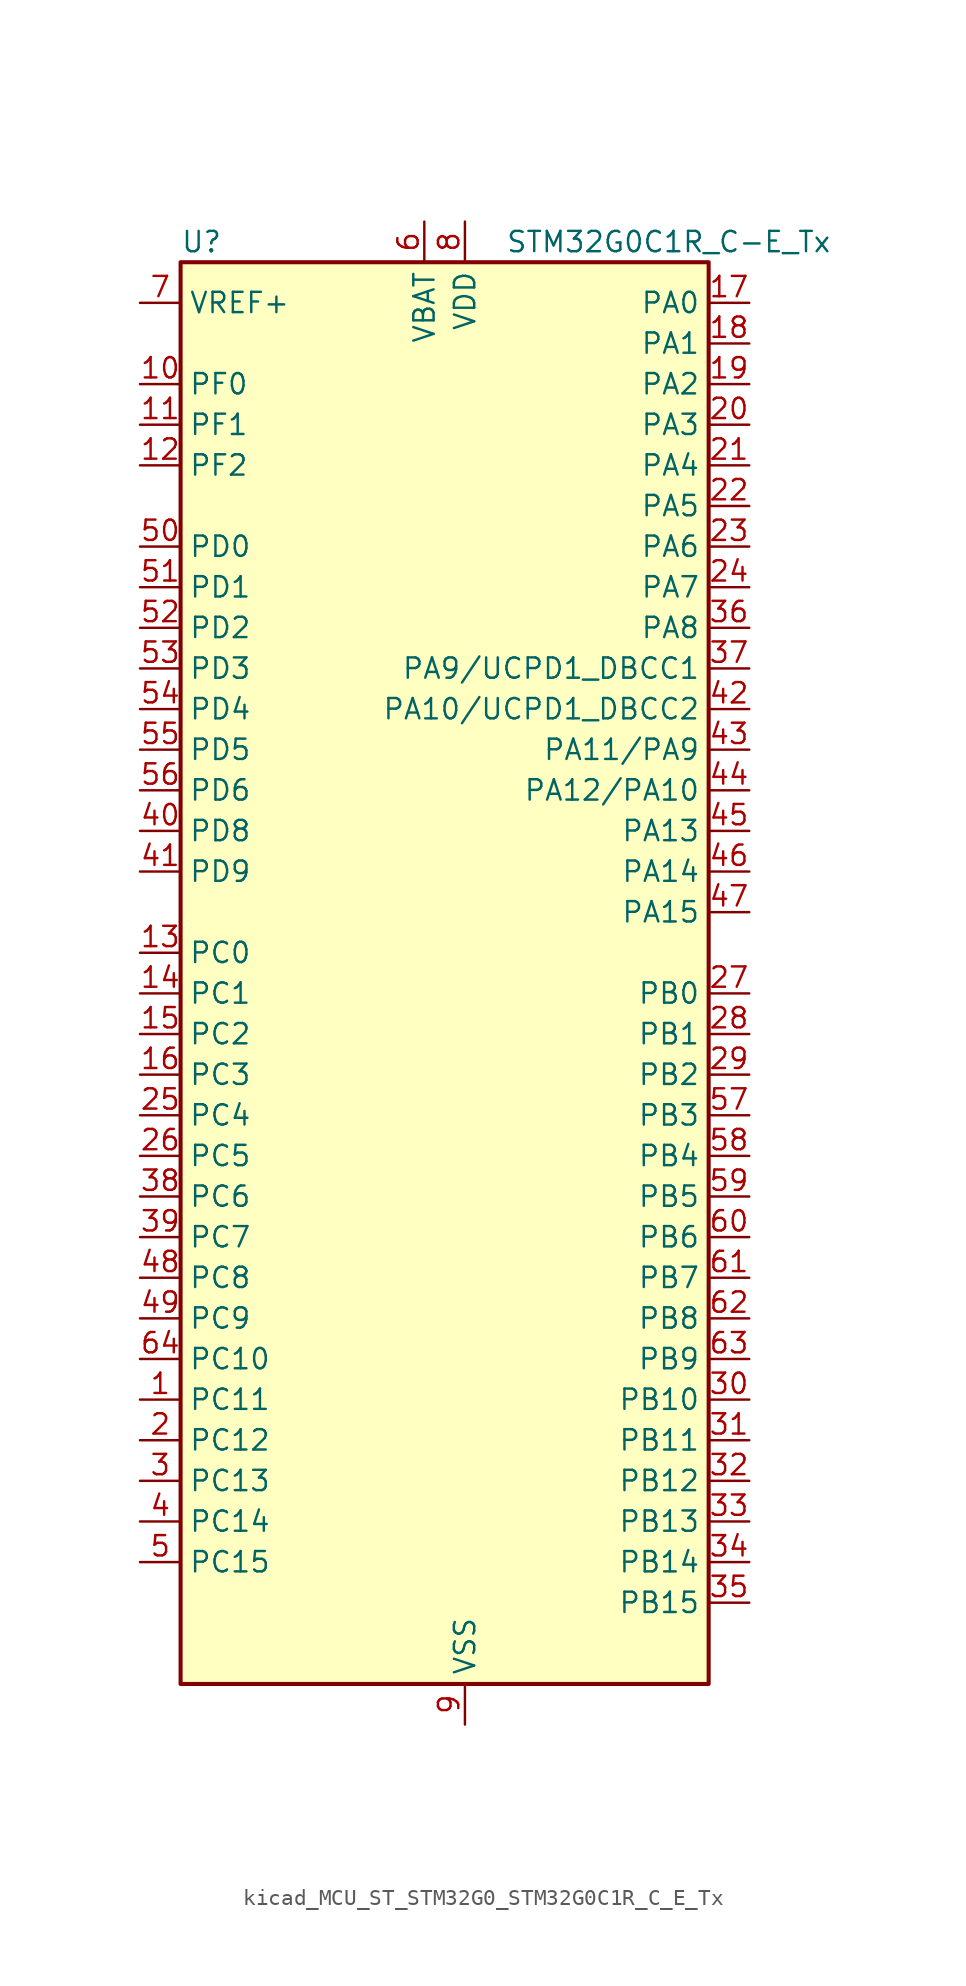
<source format=kicad_sym>
(kicad_symbol_lib
  (version 20220914)
  (generator kicad_symbol_editor)
  (symbol "kicad_MCU_ST_STM32G0_STM32G0C1R_C_E_Tx"
    (property "Reference" "U"
      (at -15.24 46.99 0)
      (effects (font (size 1.27 1.27)) (justify left)))
    (property "Value" "STM32G0C1R_C-E_Tx"
      (at 5.08 46.99 0)
      (effects (font (size 1.27 1.27)) (justify left)))
    (property "ki_locked" ""
      (at 0 0 0)
      (effects (font (size 1.27 1.27))))
    (symbol "kicad_MCU_ST_STM32G0_STM32G0C1R_C_E_Tx_0_1"
      (rectangle (start -15.24 -43.18) (end 17.78 45.72) (stroke (width 0.254) (type default)) (fill (type background))))
    (symbol "kicad_MCU_ST_STM32G0_STM32G0C1R_C_E_Tx_1_1"
      (pin bidirectional line (at -17.78 -25.4 0) (length 2.54) (name "PC11" (effects (font (size 1.27 1.27)))) (number "1" (effects (font (size 1.27 1.27)))) (alternate "ADC1_EXTI11" bidirectional line) (alternate "SPI3_MISO" bidirectional line) (alternate "TIM1_CH4" bidirectional line) (alternate "USART3_RX" bidirectional line) (alternate "USART4_RX" bidirectional line))
      (pin bidirectional line (at -17.78 38.1 0) (length 2.54) (name "PF0" (effects (font (size 1.27 1.27)))) (number "10" (effects (font (size 1.27 1.27)))) (alternate "CRS1_SYNC" bidirectional line) (alternate "RCC_OSC_IN" bidirectional line) (alternate "TIM14_CH1" bidirectional line))
      (pin bidirectional line (at -17.78 35.56 0) (length 2.54) (name "PF1" (effects (font (size 1.27 1.27)))) (number "11" (effects (font (size 1.27 1.27)))) (alternate "RCC_OSC_EN" bidirectional line) (alternate "RCC_OSC_OUT" bidirectional line) (alternate "TIM15_CH1N" bidirectional line))
      (pin bidirectional line (at -17.78 33.02 0) (length 2.54) (name "PF2" (effects (font (size 1.27 1.27)))) (number "12" (effects (font (size 1.27 1.27)))) (alternate "LPUART2_DE" bidirectional line) (alternate "LPUART2_RTS" bidirectional line) (alternate "LPUART2_TX" bidirectional line) (alternate "RCC_MCO" bidirectional line))
      (pin bidirectional line (at -17.78 2.54 0) (length 2.54) (name "PC0" (effects (font (size 1.27 1.27)))) (number "13" (effects (font (size 1.27 1.27)))) (alternate "COMP3_INM" bidirectional line) (alternate "COMP3_OUT" bidirectional line) (alternate "I2C3_SCL" bidirectional line) (alternate "LPTIM1_IN1" bidirectional line) (alternate "LPTIM2_IN1" bidirectional line) (alternate "LPUART1_RX" bidirectional line) (alternate "LPUART2_TX" bidirectional line) (alternate "USART6_TX" bidirectional line))
      (pin bidirectional line (at -17.78 0 0) (length 2.54) (name "PC1" (effects (font (size 1.27 1.27)))) (number "14" (effects (font (size 1.27 1.27)))) (alternate "COMP3_INP" bidirectional line) (alternate "I2C3_SDA" bidirectional line) (alternate "LPTIM1_OUT" bidirectional line) (alternate "LPUART1_TX" bidirectional line) (alternate "LPUART2_RX" bidirectional line) (alternate "TIM15_CH1" bidirectional line) (alternate "USART6_RX" bidirectional line))
      (pin bidirectional line (at -17.78 -2.54 0) (length 2.54) (name "PC2" (effects (font (size 1.27 1.27)))) (number "15" (effects (font (size 1.27 1.27)))) (alternate "COMP3_OUT" bidirectional line) (alternate "FDCAN2_RX" bidirectional line) (alternate "I2S2_MCK" bidirectional line) (alternate "LPTIM1_IN2" bidirectional line) (alternate "SPI2_MISO" bidirectional line) (alternate "TIM15_CH2" bidirectional line))
      (pin bidirectional line (at -17.78 -5.08 0) (length 2.54) (name "PC3" (effects (font (size 1.27 1.27)))) (number "16" (effects (font (size 1.27 1.27)))) (alternate "FDCAN2_TX" bidirectional line) (alternate "I2S2_SD" bidirectional line) (alternate "LPTIM1_ETR" bidirectional line) (alternate "LPTIM2_ETR" bidirectional line) (alternate "SPI2_MOSI" bidirectional line))
      (pin bidirectional line (at 20.32 43.18 180) (length 2.54) (name "PA0" (effects (font (size 1.27 1.27)))) (number "17" (effects (font (size 1.27 1.27)))) (alternate "ADC1_IN0" bidirectional line) (alternate "COMP1_INM" bidirectional line) (alternate "COMP1_OUT" bidirectional line) (alternate "I2S2_CK" bidirectional line) (alternate "LPTIM1_OUT" bidirectional line) (alternate "RTC_TAMP_IN2" bidirectional line) (alternate "SPI2_SCK" bidirectional line) (alternate "SYS_WKUP1" bidirectional line) (alternate "TIM2_CH1" bidirectional line) (alternate "TIM2_ETR" bidirectional line) (alternate "UCPD2_FRSTX1" bidirectional line) (alternate "UCPD2_FRSTX2" bidirectional line) (alternate "USART2_CTS" bidirectional line) (alternate "USART2_NSS" bidirectional line) (alternate "USART4_TX" bidirectional line))
      (pin bidirectional line (at 20.32 40.64 180) (length 2.54) (name "PA1" (effects (font (size 1.27 1.27)))) (number "18" (effects (font (size 1.27 1.27)))) (alternate "ADC1_IN1" bidirectional line) (alternate "COMP1_INP" bidirectional line) (alternate "I2C1_SMBA" bidirectional line) (alternate "I2S1_CK" bidirectional line) (alternate "SPI1_SCK" bidirectional line) (alternate "TIM15_CH1N" bidirectional line) (alternate "TIM2_CH2" bidirectional line) (alternate "USART2_CK" bidirectional line) (alternate "USART2_DE" bidirectional line) (alternate "USART2_RTS" bidirectional line) (alternate "USART4_RX" bidirectional line))
      (pin bidirectional line (at 20.32 38.1 180) (length 2.54) (name "PA2" (effects (font (size 1.27 1.27)))) (number "19" (effects (font (size 1.27 1.27)))) (alternate "ADC1_IN2" bidirectional line) (alternate "COMP2_INM" bidirectional line) (alternate "COMP2_OUT" bidirectional line) (alternate "I2S1_SD" bidirectional line) (alternate "LPUART1_TX" bidirectional line) (alternate "RCC_LSCO" bidirectional line) (alternate "SPI1_MOSI" bidirectional line) (alternate "SYS_WKUP4" bidirectional line) (alternate "TIM15_CH1" bidirectional line) (alternate "TIM2_CH3" bidirectional line) (alternate "UCPD1_FRSTX1" bidirectional line) (alternate "UCPD1_FRSTX2" bidirectional line) (alternate "USART2_TX" bidirectional line))
      (pin bidirectional line (at -17.78 -27.94 0) (length 2.54) (name "PC12" (effects (font (size 1.27 1.27)))) (number "2" (effects (font (size 1.27 1.27)))) (alternate "LPTIM1_IN1" bidirectional line) (alternate "SPI3_MOSI" bidirectional line) (alternate "TIM14_CH1" bidirectional line) (alternate "UCPD1_FRSTX1" bidirectional line) (alternate "UCPD1_FRSTX2" bidirectional line) (alternate "USART5_TX" bidirectional line))
      (pin bidirectional line (at 20.32 35.56 180) (length 2.54) (name "PA3" (effects (font (size 1.27 1.27)))) (number "20" (effects (font (size 1.27 1.27)))) (alternate "ADC1_IN3" bidirectional line) (alternate "COMP2_INP" bidirectional line) (alternate "I2S2_MCK" bidirectional line) (alternate "LPUART1_RX" bidirectional line) (alternate "SPI2_MISO" bidirectional line) (alternate "TIM15_CH2" bidirectional line) (alternate "TIM2_CH4" bidirectional line) (alternate "UCPD2_FRSTX1" bidirectional line) (alternate "UCPD2_FRSTX2" bidirectional line) (alternate "USART2_RX" bidirectional line))
      (pin bidirectional line (at 20.32 33.02 180) (length 2.54) (name "PA4" (effects (font (size 1.27 1.27)))) (number "21" (effects (font (size 1.27 1.27)))) (alternate "ADC1_IN4" bidirectional line) (alternate "DAC1_OUT1" bidirectional line) (alternate "I2S1_WS" bidirectional line) (alternate "I2S2_SD" bidirectional line) (alternate "LPTIM2_OUT" bidirectional line) (alternate "RTC_OUT2" bidirectional line) (alternate "SPI1_NSS" bidirectional line) (alternate "SPI2_MOSI" bidirectional line) (alternate "SPI3_NSS" bidirectional line) (alternate "TIM14_CH1" bidirectional line) (alternate "UCPD2_FRSTX1" bidirectional line) (alternate "UCPD2_FRSTX2" bidirectional line) (alternate "USART6_TX" bidirectional line) (alternate "USB_NOE" bidirectional line))
      (pin bidirectional line (at 20.32 30.48 180) (length 2.54) (name "PA5" (effects (font (size 1.27 1.27)))) (number "22" (effects (font (size 1.27 1.27)))) (alternate "ADC1_IN5" bidirectional line) (alternate "CEC" bidirectional line) (alternate "DAC1_OUT2" bidirectional line) (alternate "I2S1_CK" bidirectional line) (alternate "LPTIM2_ETR" bidirectional line) (alternate "SPI1_SCK" bidirectional line) (alternate "TIM2_CH1" bidirectional line) (alternate "TIM2_ETR" bidirectional line) (alternate "UCPD1_FRSTX1" bidirectional line) (alternate "UCPD1_FRSTX2" bidirectional line) (alternate "USART3_TX" bidirectional line) (alternate "USART6_RX" bidirectional line))
      (pin bidirectional line (at 20.32 27.94 180) (length 2.54) (name "PA6" (effects (font (size 1.27 1.27)))) (number "23" (effects (font (size 1.27 1.27)))) (alternate "ADC1_IN6" bidirectional line) (alternate "COMP1_OUT" bidirectional line) (alternate "I2C2_SDA" bidirectional line) (alternate "I2C3_SDA" bidirectional line) (alternate "I2S1_MCK" bidirectional line) (alternate "LPUART1_CTS" bidirectional line) (alternate "SPI1_MISO" bidirectional line) (alternate "TIM16_CH1" bidirectional line) (alternate "TIM1_BK" bidirectional line) (alternate "TIM3_CH1" bidirectional line) (alternate "USART3_CTS" bidirectional line) (alternate "USART3_NSS" bidirectional line) (alternate "USART6_CTS" bidirectional line) (alternate "USART6_NSS" bidirectional line))
      (pin bidirectional line (at 20.32 25.4 180) (length 2.54) (name "PA7" (effects (font (size 1.27 1.27)))) (number "24" (effects (font (size 1.27 1.27)))) (alternate "ADC1_IN7" bidirectional line) (alternate "COMP2_OUT" bidirectional line) (alternate "I2C2_SCL" bidirectional line) (alternate "I2C3_SCL" bidirectional line) (alternate "I2S1_SD" bidirectional line) (alternate "SPI1_MOSI" bidirectional line) (alternate "TIM14_CH1" bidirectional line) (alternate "TIM17_CH1" bidirectional line) (alternate "TIM1_CH1N" bidirectional line) (alternate "TIM3_CH2" bidirectional line) (alternate "UCPD1_FRSTX1" bidirectional line) (alternate "UCPD1_FRSTX2" bidirectional line) (alternate "USART6_CK" bidirectional line) (alternate "USART6_DE" bidirectional line) (alternate "USART6_RTS" bidirectional line))
      (pin bidirectional line (at -17.78 -7.62 0) (length 2.54) (name "PC4" (effects (font (size 1.27 1.27)))) (number "25" (effects (font (size 1.27 1.27)))) (alternate "ADC1_IN17" bidirectional line) (alternate "COMP1_INM" bidirectional line) (alternate "FDCAN1_RX" bidirectional line) (alternate "TIM2_CH1" bidirectional line) (alternate "TIM2_ETR" bidirectional line) (alternate "USART1_TX" bidirectional line) (alternate "USART3_TX" bidirectional line))
      (pin bidirectional line (at -17.78 -10.16 0) (length 2.54) (name "PC5" (effects (font (size 1.27 1.27)))) (number "26" (effects (font (size 1.27 1.27)))) (alternate "ADC1_IN18" bidirectional line) (alternate "COMP1_INP" bidirectional line) (alternate "FDCAN1_TX" bidirectional line) (alternate "SYS_WKUP5" bidirectional line) (alternate "TIM2_CH2" bidirectional line) (alternate "USART1_RX" bidirectional line) (alternate "USART3_RX" bidirectional line))
      (pin bidirectional line (at 20.32 0 180) (length 2.54) (name "PB0" (effects (font (size 1.27 1.27)))) (number "27" (effects (font (size 1.27 1.27)))) (alternate "ADC1_IN8" bidirectional line) (alternate "COMP1_OUT" bidirectional line) (alternate "COMP3_INP" bidirectional line) (alternate "FDCAN2_RX" bidirectional line) (alternate "I2S1_WS" bidirectional line) (alternate "LPTIM1_OUT" bidirectional line) (alternate "LPUART2_CTS" bidirectional line) (alternate "SPI1_NSS" bidirectional line) (alternate "TIM1_CH2N" bidirectional line) (alternate "TIM3_CH3" bidirectional line) (alternate "UCPD1_FRSTX1" bidirectional line) (alternate "UCPD1_FRSTX2" bidirectional line) (alternate "USART3_RX" bidirectional line) (alternate "USART5_TX" bidirectional line))
      (pin bidirectional line (at 20.32 -2.54 180) (length 2.54) (name "PB1" (effects (font (size 1.27 1.27)))) (number "28" (effects (font (size 1.27 1.27)))) (alternate "ADC1_IN9" bidirectional line) (alternate "COMP1_INM" bidirectional line) (alternate "COMP3_OUT" bidirectional line) (alternate "FDCAN2_TX" bidirectional line) (alternate "LPTIM2_IN1" bidirectional line) (alternate "LPUART1_DE" bidirectional line) (alternate "LPUART1_RTS" bidirectional line) (alternate "LPUART2_DE" bidirectional line) (alternate "LPUART2_RTS" bidirectional line) (alternate "TIM14_CH1" bidirectional line) (alternate "TIM1_CH3N" bidirectional line) (alternate "TIM3_CH4" bidirectional line) (alternate "USART3_CK" bidirectional line) (alternate "USART3_DE" bidirectional line) (alternate "USART3_RTS" bidirectional line) (alternate "USART5_RX" bidirectional line))
      (pin bidirectional line (at 20.32 -5.08 180) (length 2.54) (name "PB2" (effects (font (size 1.27 1.27)))) (number "29" (effects (font (size 1.27 1.27)))) (alternate "ADC1_IN10" bidirectional line) (alternate "COMP1_INP" bidirectional line) (alternate "COMP3_INM" bidirectional line) (alternate "I2S2_MCK" bidirectional line) (alternate "LPTIM1_OUT" bidirectional line) (alternate "RCC_MCO_2" bidirectional line) (alternate "SPI2_MISO" bidirectional line) (alternate "USART3_TX" bidirectional line))
      (pin bidirectional line (at -17.78 -30.48 0) (length 2.54) (name "PC13" (effects (font (size 1.27 1.27)))) (number "3" (effects (font (size 1.27 1.27)))) (alternate "RTC_OUT1" bidirectional line) (alternate "RTC_TAMP_IN1" bidirectional line) (alternate "RTC_TS" bidirectional line) (alternate "SYS_WKUP2" bidirectional line) (alternate "TIM1_BK" bidirectional line))
      (pin bidirectional line (at 20.32 -25.4 180) (length 2.54) (name "PB10" (effects (font (size 1.27 1.27)))) (number "30" (effects (font (size 1.27 1.27)))) (alternate "ADC1_IN11" bidirectional line) (alternate "CEC" bidirectional line) (alternate "COMP1_OUT" bidirectional line) (alternate "I2C2_SCL" bidirectional line) (alternate "I2S2_CK" bidirectional line) (alternate "LPUART1_RX" bidirectional line) (alternate "SPI2_SCK" bidirectional line) (alternate "TIM2_CH3" bidirectional line) (alternate "USART3_TX" bidirectional line))
      (pin bidirectional line (at 20.32 -27.94 180) (length 2.54) (name "PB11" (effects (font (size 1.27 1.27)))) (number "31" (effects (font (size 1.27 1.27)))) (alternate "ADC1_EXTI11" bidirectional line) (alternate "ADC1_IN15" bidirectional line) (alternate "COMP2_OUT" bidirectional line) (alternate "I2C2_SDA" bidirectional line) (alternate "I2S2_SD" bidirectional line) (alternate "LPUART1_TX" bidirectional line) (alternate "SPI2_MOSI" bidirectional line) (alternate "TIM2_CH4" bidirectional line) (alternate "USART3_RX" bidirectional line))
      (pin bidirectional line (at 20.32 -30.48 180) (length 2.54) (name "PB12" (effects (font (size 1.27 1.27)))) (number "32" (effects (font (size 1.27 1.27)))) (alternate "ADC1_IN16" bidirectional line) (alternate "FDCAN2_RX" bidirectional line) (alternate "I2C2_SMBA" bidirectional line) (alternate "I2S2_WS" bidirectional line) (alternate "LPUART1_DE" bidirectional line) (alternate "LPUART1_RTS" bidirectional line) (alternate "SPI2_NSS" bidirectional line) (alternate "TIM15_BK" bidirectional line) (alternate "TIM1_BK" bidirectional line) (alternate "UCPD2_FRSTX1" bidirectional line) (alternate "UCPD2_FRSTX2" bidirectional line))
      (pin bidirectional line (at 20.32 -33.02 180) (length 2.54) (name "PB13" (effects (font (size 1.27 1.27)))) (number "33" (effects (font (size 1.27 1.27)))) (alternate "FDCAN2_TX" bidirectional line) (alternate "I2C2_SCL" bidirectional line) (alternate "I2S2_CK" bidirectional line) (alternate "LPUART1_CTS" bidirectional line) (alternate "SPI2_SCK" bidirectional line) (alternate "TIM15_CH1N" bidirectional line) (alternate "TIM1_CH1N" bidirectional line) (alternate "USART3_CTS" bidirectional line) (alternate "USART3_NSS" bidirectional line))
      (pin bidirectional line (at 20.32 -35.56 180) (length 2.54) (name "PB14" (effects (font (size 1.27 1.27)))) (number "34" (effects (font (size 1.27 1.27)))) (alternate "I2C2_SDA" bidirectional line) (alternate "I2S2_MCK" bidirectional line) (alternate "SPI2_MISO" bidirectional line) (alternate "TIM15_CH1" bidirectional line) (alternate "TIM1_CH2N" bidirectional line) (alternate "UCPD1_FRSTX1" bidirectional line) (alternate "UCPD1_FRSTX2" bidirectional line) (alternate "USART3_CK" bidirectional line) (alternate "USART3_DE" bidirectional line) (alternate "USART3_RTS" bidirectional line) (alternate "USART6_CK" bidirectional line) (alternate "USART6_DE" bidirectional line) (alternate "USART6_RTS" bidirectional line))
      (pin bidirectional line (at 20.32 -38.1 180) (length 2.54) (name "PB15" (effects (font (size 1.27 1.27)))) (number "35" (effects (font (size 1.27 1.27)))) (alternate "I2S2_SD" bidirectional line) (alternate "RTC_REFIN" bidirectional line) (alternate "SPI2_MOSI" bidirectional line) (alternate "TIM15_CH1N" bidirectional line) (alternate "TIM15_CH2" bidirectional line) (alternate "TIM1_CH3N" bidirectional line) (alternate "UCPD1_CC2" bidirectional line) (alternate "USART6_CTS" bidirectional line) (alternate "USART6_NSS" bidirectional line))
      (pin bidirectional line (at 20.32 22.86 180) (length 2.54) (name "PA8" (effects (font (size 1.27 1.27)))) (number "36" (effects (font (size 1.27 1.27)))) (alternate "CRS1_SYNC" bidirectional line) (alternate "I2C2_SMBA" bidirectional line) (alternate "I2S2_WS" bidirectional line) (alternate "LPTIM2_OUT" bidirectional line) (alternate "RCC_MCO" bidirectional line) (alternate "SPI2_NSS" bidirectional line) (alternate "TIM1_CH1" bidirectional line) (alternate "UCPD1_CC1" bidirectional line))
      (pin bidirectional line (at 20.32 20.32 180) (length 2.54) (name "PA9/UCPD1_DBCC1" (effects (font (size 1.27 1.27)))) (number "37" (effects (font (size 1.27 1.27)))) (alternate "DAC1_EXTI9" bidirectional line) (alternate "I2C1_SCL" bidirectional line) (alternate "I2C2_SCL" bidirectional line) (alternate "I2S2_MCK" bidirectional line) (alternate "RCC_MCO" bidirectional line) (alternate "SPI2_MISO" bidirectional line) (alternate "TIM15_BK" bidirectional line) (alternate "TIM1_CH2" bidirectional line) (alternate "UCPD1_DBCC1" bidirectional line) (alternate "USART1_TX" bidirectional line))
      (pin bidirectional line (at -17.78 -12.7 0) (length 2.54) (name "PC6" (effects (font (size 1.27 1.27)))) (number "38" (effects (font (size 1.27 1.27)))) (alternate "LPUART2_TX" bidirectional line) (alternate "TIM2_CH3" bidirectional line) (alternate "TIM3_CH1" bidirectional line) (alternate "UCPD1_FRSTX1" bidirectional line) (alternate "UCPD1_FRSTX2" bidirectional line))
      (pin bidirectional line (at -17.78 -15.24 0) (length 2.54) (name "PC7" (effects (font (size 1.27 1.27)))) (number "39" (effects (font (size 1.27 1.27)))) (alternate "LPUART2_RX" bidirectional line) (alternate "TIM2_CH4" bidirectional line) (alternate "TIM3_CH2" bidirectional line) (alternate "UCPD2_FRSTX1" bidirectional line) (alternate "UCPD2_FRSTX2" bidirectional line))
      (pin bidirectional line (at -17.78 -33.02 0) (length 2.54) (name "PC14" (effects (font (size 1.27 1.27)))) (number "4" (effects (font (size 1.27 1.27)))) (alternate "RCC_OSC32_IN" bidirectional line) (alternate "TIM1_BK2" bidirectional line))
      (pin bidirectional line (at -17.78 10.16 0) (length 2.54) (name "PD8" (effects (font (size 1.27 1.27)))) (number "40" (effects (font (size 1.27 1.27)))) (alternate "I2S1_CK" bidirectional line) (alternate "LPTIM1_OUT" bidirectional line) (alternate "SPI1_SCK" bidirectional line) (alternate "USART3_TX" bidirectional line))
      (pin bidirectional line (at -17.78 7.62 0) (length 2.54) (name "PD9" (effects (font (size 1.27 1.27)))) (number "41" (effects (font (size 1.27 1.27)))) (alternate "DAC1_EXTI9" bidirectional line) (alternate "I2S1_WS" bidirectional line) (alternate "SPI1_NSS" bidirectional line) (alternate "TIM1_BK2" bidirectional line) (alternate "USART3_RX" bidirectional line))
      (pin bidirectional line (at 20.32 17.78 180) (length 2.54) (name "PA10/UCPD1_DBCC2" (effects (font (size 1.27 1.27)))) (number "42" (effects (font (size 1.27 1.27)))) (alternate "I2C1_SDA" bidirectional line) (alternate "I2C2_SDA" bidirectional line) (alternate "I2S2_SD" bidirectional line) (alternate "RCC_MCO_2" bidirectional line) (alternate "SPI2_MOSI" bidirectional line) (alternate "TIM17_BK" bidirectional line) (alternate "TIM1_CH3" bidirectional line) (alternate "UCPD1_DBCC2" bidirectional line) (alternate "USART1_RX" bidirectional line))
      (pin bidirectional line (at 20.32 15.24 180) (length 2.54) (name "PA11/PA9" (effects (font (size 1.27 1.27)))) (number "43" (effects (font (size 1.27 1.27)))) (alternate "ADC1_EXTI11" bidirectional line) (alternate "COMP1_OUT" bidirectional line) (alternate "FDCAN1_RX" bidirectional line) (alternate "I2C2_SCL" bidirectional line) (alternate "I2S1_MCK" bidirectional line) (alternate "SPI1_MISO" bidirectional line) (alternate "TIM1_BK2" bidirectional line) (alternate "TIM1_CH4" bidirectional line) (alternate "USART1_CTS" bidirectional line) (alternate "USART1_NSS" bidirectional line) (alternate "USB_DM" bidirectional line))
      (pin bidirectional line (at 20.32 12.7 180) (length 2.54) (name "PA12/PA10" (effects (font (size 1.27 1.27)))) (number "44" (effects (font (size 1.27 1.27)))) (alternate "COMP2_OUT" bidirectional line) (alternate "FDCAN1_TX" bidirectional line) (alternate "I2C2_SDA" bidirectional line) (alternate "I2S1_SD" bidirectional line) (alternate "I2S_CKIN" bidirectional line) (alternate "SPI1_MOSI" bidirectional line) (alternate "TIM1_ETR" bidirectional line) (alternate "USART1_CK" bidirectional line) (alternate "USART1_DE" bidirectional line) (alternate "USART1_RTS" bidirectional line) (alternate "USB_DP" bidirectional line))
      (pin bidirectional line (at 20.32 10.16 180) (length 2.54) (name "PA13" (effects (font (size 1.27 1.27)))) (number "45" (effects (font (size 1.27 1.27)))) (alternate "IR_OUT" bidirectional line) (alternate "LPUART2_RX" bidirectional line) (alternate "SYS_SWDIO" bidirectional line) (alternate "USB_NOE" bidirectional line))
      (pin bidirectional line (at 20.32 7.62 180) (length 2.54) (name "PA14" (effects (font (size 1.27 1.27)))) (number "46" (effects (font (size 1.27 1.27)))) (alternate "LPUART2_TX" bidirectional line) (alternate "SYS_SWCLK" bidirectional line) (alternate "USART2_TX" bidirectional line))
      (pin bidirectional line (at 20.32 5.08 180) (length 2.54) (name "PA15" (effects (font (size 1.27 1.27)))) (number "47" (effects (font (size 1.27 1.27)))) (alternate "I2C2_SMBA" bidirectional line) (alternate "I2S1_WS" bidirectional line) (alternate "RCC_MCO_2" bidirectional line) (alternate "SPI1_NSS" bidirectional line) (alternate "SPI3_NSS" bidirectional line) (alternate "TIM2_CH1" bidirectional line) (alternate "TIM2_ETR" bidirectional line) (alternate "USART2_RX" bidirectional line) (alternate "USART3_CK" bidirectional line) (alternate "USART3_DE" bidirectional line) (alternate "USART3_RTS" bidirectional line) (alternate "USART4_CK" bidirectional line) (alternate "USART4_DE" bidirectional line) (alternate "USART4_RTS" bidirectional line) (alternate "USB_NOE" bidirectional line))
      (pin bidirectional line (at -17.78 -17.78 0) (length 2.54) (name "PC8" (effects (font (size 1.27 1.27)))) (number "48" (effects (font (size 1.27 1.27)))) (alternate "LPUART2_CTS" bidirectional line) (alternate "TIM1_CH1" bidirectional line) (alternate "TIM3_CH3" bidirectional line) (alternate "UCPD2_FRSTX1" bidirectional line) (alternate "UCPD2_FRSTX2" bidirectional line))
      (pin bidirectional line (at -17.78 -20.32 0) (length 2.54) (name "PC9" (effects (font (size 1.27 1.27)))) (number "49" (effects (font (size 1.27 1.27)))) (alternate "DAC1_EXTI9" bidirectional line) (alternate "I2S_CKIN" bidirectional line) (alternate "LPUART2_DE" bidirectional line) (alternate "LPUART2_RTS" bidirectional line) (alternate "TIM1_CH2" bidirectional line) (alternate "TIM3_CH4" bidirectional line) (alternate "USB_NOE" bidirectional line))
      (pin bidirectional line (at -17.78 -35.56 0) (length 2.54) (name "PC15" (effects (font (size 1.27 1.27)))) (number "5" (effects (font (size 1.27 1.27)))) (alternate "RCC_OSC32_EN" bidirectional line) (alternate "RCC_OSC32_OUT" bidirectional line) (alternate "RCC_OSC_EN" bidirectional line) (alternate "TIM15_BK" bidirectional line))
      (pin bidirectional line (at -17.78 27.94 0) (length 2.54) (name "PD0" (effects (font (size 1.27 1.27)))) (number "50" (effects (font (size 1.27 1.27)))) (alternate "FDCAN1_RX" bidirectional line) (alternate "I2S2_WS" bidirectional line) (alternate "SPI2_NSS" bidirectional line) (alternate "TIM16_CH1" bidirectional line) (alternate "UCPD2_CC1" bidirectional line))
      (pin bidirectional line (at -17.78 25.4 0) (length 2.54) (name "PD1" (effects (font (size 1.27 1.27)))) (number "51" (effects (font (size 1.27 1.27)))) (alternate "FDCAN1_TX" bidirectional line) (alternate "I2S2_CK" bidirectional line) (alternate "SPI2_SCK" bidirectional line) (alternate "TIM17_CH1" bidirectional line) (alternate "UCPD2_DBCC1" bidirectional line))
      (pin bidirectional line (at -17.78 22.86 0) (length 2.54) (name "PD2" (effects (font (size 1.27 1.27)))) (number "52" (effects (font (size 1.27 1.27)))) (alternate "TIM1_CH1N" bidirectional line) (alternate "TIM3_ETR" bidirectional line) (alternate "UCPD2_CC2" bidirectional line) (alternate "USART3_CK" bidirectional line) (alternate "USART3_DE" bidirectional line) (alternate "USART3_RTS" bidirectional line) (alternate "USART5_RX" bidirectional line))
      (pin bidirectional line (at -17.78 20.32 0) (length 2.54) (name "PD3" (effects (font (size 1.27 1.27)))) (number "53" (effects (font (size 1.27 1.27)))) (alternate "I2S2_MCK" bidirectional line) (alternate "SPI2_MISO" bidirectional line) (alternate "TIM1_CH2N" bidirectional line) (alternate "UCPD2_DBCC2" bidirectional line) (alternate "USART2_CTS" bidirectional line) (alternate "USART2_NSS" bidirectional line) (alternate "USART5_TX" bidirectional line))
      (pin bidirectional line (at -17.78 17.78 0) (length 2.54) (name "PD4" (effects (font (size 1.27 1.27)))) (number "54" (effects (font (size 1.27 1.27)))) (alternate "I2S2_SD" bidirectional line) (alternate "SPI2_MOSI" bidirectional line) (alternate "TIM1_CH3N" bidirectional line) (alternate "USART2_CK" bidirectional line) (alternate "USART2_DE" bidirectional line) (alternate "USART2_RTS" bidirectional line) (alternate "USART5_CK" bidirectional line) (alternate "USART5_DE" bidirectional line) (alternate "USART5_RTS" bidirectional line))
      (pin bidirectional line (at -17.78 15.24 0) (length 2.54) (name "PD5" (effects (font (size 1.27 1.27)))) (number "55" (effects (font (size 1.27 1.27)))) (alternate "I2S1_MCK" bidirectional line) (alternate "SPI1_MISO" bidirectional line) (alternate "TIM1_BK" bidirectional line) (alternate "USART2_TX" bidirectional line) (alternate "USART5_CTS" bidirectional line) (alternate "USART5_NSS" bidirectional line))
      (pin bidirectional line (at -17.78 12.7 0) (length 2.54) (name "PD6" (effects (font (size 1.27 1.27)))) (number "56" (effects (font (size 1.27 1.27)))) (alternate "I2S1_SD" bidirectional line) (alternate "LPTIM2_OUT" bidirectional line) (alternate "SPI1_MOSI" bidirectional line) (alternate "USART2_RX" bidirectional line))
      (pin bidirectional line (at 20.32 -7.62 180) (length 2.54) (name "PB3" (effects (font (size 1.27 1.27)))) (number "57" (effects (font (size 1.27 1.27)))) (alternate "COMP2_INM" bidirectional line) (alternate "I2C2_SCL" bidirectional line) (alternate "I2C3_SCL" bidirectional line) (alternate "I2S1_CK" bidirectional line) (alternate "SPI1_SCK" bidirectional line) (alternate "SPI3_SCK" bidirectional line) (alternate "TIM1_CH2" bidirectional line) (alternate "TIM2_CH2" bidirectional line) (alternate "USART1_CK" bidirectional line) (alternate "USART1_DE" bidirectional line) (alternate "USART1_RTS" bidirectional line) (alternate "USART5_TX" bidirectional line))
      (pin bidirectional line (at 20.32 -10.16 180) (length 2.54) (name "PB4" (effects (font (size 1.27 1.27)))) (number "58" (effects (font (size 1.27 1.27)))) (alternate "COMP2_INP" bidirectional line) (alternate "I2C2_SDA" bidirectional line) (alternate "I2C3_SDA" bidirectional line) (alternate "I2S1_MCK" bidirectional line) (alternate "SPI1_MISO" bidirectional line) (alternate "SPI3_MISO" bidirectional line) (alternate "TIM17_BK" bidirectional line) (alternate "TIM3_CH1" bidirectional line) (alternate "USART1_CTS" bidirectional line) (alternate "USART1_NSS" bidirectional line) (alternate "USART5_RX" bidirectional line))
      (pin bidirectional line (at 20.32 -12.7 180) (length 2.54) (name "PB5" (effects (font (size 1.27 1.27)))) (number "59" (effects (font (size 1.27 1.27)))) (alternate "COMP2_OUT" bidirectional line) (alternate "FDCAN2_RX" bidirectional line) (alternate "I2C1_SMBA" bidirectional line) (alternate "I2S1_SD" bidirectional line) (alternate "LPTIM1_IN1" bidirectional line) (alternate "SPI1_MOSI" bidirectional line) (alternate "SPI3_MOSI" bidirectional line) (alternate "SYS_WKUP6" bidirectional line) (alternate "TIM16_BK" bidirectional line) (alternate "TIM3_CH2" bidirectional line) (alternate "USART5_CK" bidirectional line) (alternate "USART5_DE" bidirectional line) (alternate "USART5_RTS" bidirectional line))
      (pin power_in line (at 0 48.26 270) (length 2.54) (name "VBAT" (effects (font (size 1.27 1.27)))) (number "6" (effects (font (size 1.27 1.27)))))
      (pin bidirectional line (at 20.32 -15.24 180) (length 2.54) (name "PB6" (effects (font (size 1.27 1.27)))) (number "60" (effects (font (size 1.27 1.27)))) (alternate "COMP2_INP" bidirectional line) (alternate "FDCAN2_TX" bidirectional line) (alternate "I2C1_SCL" bidirectional line) (alternate "I2S2_MCK" bidirectional line) (alternate "LPTIM1_ETR" bidirectional line) (alternate "LPUART2_TX" bidirectional line) (alternate "SPI2_MISO" bidirectional line) (alternate "TIM16_CH1N" bidirectional line) (alternate "TIM1_CH3" bidirectional line) (alternate "TIM4_CH1" bidirectional line) (alternate "USART1_TX" bidirectional line) (alternate "USART5_CTS" bidirectional line) (alternate "USART5_NSS" bidirectional line))
      (pin bidirectional line (at 20.32 -17.78 180) (length 2.54) (name "PB7" (effects (font (size 1.27 1.27)))) (number "61" (effects (font (size 1.27 1.27)))) (alternate "COMP2_INM" bidirectional line) (alternate "I2C1_SDA" bidirectional line) (alternate "I2S2_SD" bidirectional line) (alternate "LPTIM1_IN2" bidirectional line) (alternate "LPUART2_RX" bidirectional line) (alternate "SPI2_MOSI" bidirectional line) (alternate "SYS_PVD_IN" bidirectional line) (alternate "TIM17_CH1N" bidirectional line) (alternate "TIM4_CH2" bidirectional line) (alternate "USART1_RX" bidirectional line) (alternate "USART4_CTS" bidirectional line) (alternate "USART4_NSS" bidirectional line))
      (pin bidirectional line (at 20.32 -20.32 180) (length 2.54) (name "PB8" (effects (font (size 1.27 1.27)))) (number "62" (effects (font (size 1.27 1.27)))) (alternate "CEC" bidirectional line) (alternate "FDCAN1_RX" bidirectional line) (alternate "I2C1_SCL" bidirectional line) (alternate "I2S2_CK" bidirectional line) (alternate "SPI2_SCK" bidirectional line) (alternate "TIM15_BK" bidirectional line) (alternate "TIM16_CH1" bidirectional line) (alternate "TIM4_CH3" bidirectional line) (alternate "USART3_TX" bidirectional line) (alternate "USART6_TX" bidirectional line))
      (pin bidirectional line (at 20.32 -22.86 180) (length 2.54) (name "PB9" (effects (font (size 1.27 1.27)))) (number "63" (effects (font (size 1.27 1.27)))) (alternate "DAC1_EXTI9" bidirectional line) (alternate "FDCAN1_TX" bidirectional line) (alternate "I2C1_SDA" bidirectional line) (alternate "I2S2_WS" bidirectional line) (alternate "IR_OUT" bidirectional line) (alternate "SPI2_NSS" bidirectional line) (alternate "TIM17_CH1" bidirectional line) (alternate "TIM4_CH4" bidirectional line) (alternate "UCPD2_FRSTX1" bidirectional line) (alternate "UCPD2_FRSTX2" bidirectional line) (alternate "USART3_RX" bidirectional line) (alternate "USART6_RX" bidirectional line))
      (pin bidirectional line (at -17.78 -22.86 0) (length 2.54) (name "PC10" (effects (font (size 1.27 1.27)))) (number "64" (effects (font (size 1.27 1.27)))) (alternate "SPI3_SCK" bidirectional line) (alternate "TIM1_CH3" bidirectional line) (alternate "USART3_TX" bidirectional line) (alternate "USART4_TX" bidirectional line))
      (pin input line (at -17.78 43.18 0) (length 2.54) (name "VREF+" (effects (font (size 1.27 1.27)))) (number "7" (effects (font (size 1.27 1.27)))) (alternate "VREFBUF_OUT" bidirectional line))
      (pin power_in line (at 2.54 48.26 270) (length 2.54) (name "VDD" (effects (font (size 1.27 1.27)))) (number "8" (effects (font (size 1.27 1.27)))))
      (pin power_in line (at 2.54 -45.72 90) (length 2.54) (name "VSS" (effects (font (size 1.27 1.27)))) (number "9" (effects (font (size 1.27 1.27))))))))
</source>
